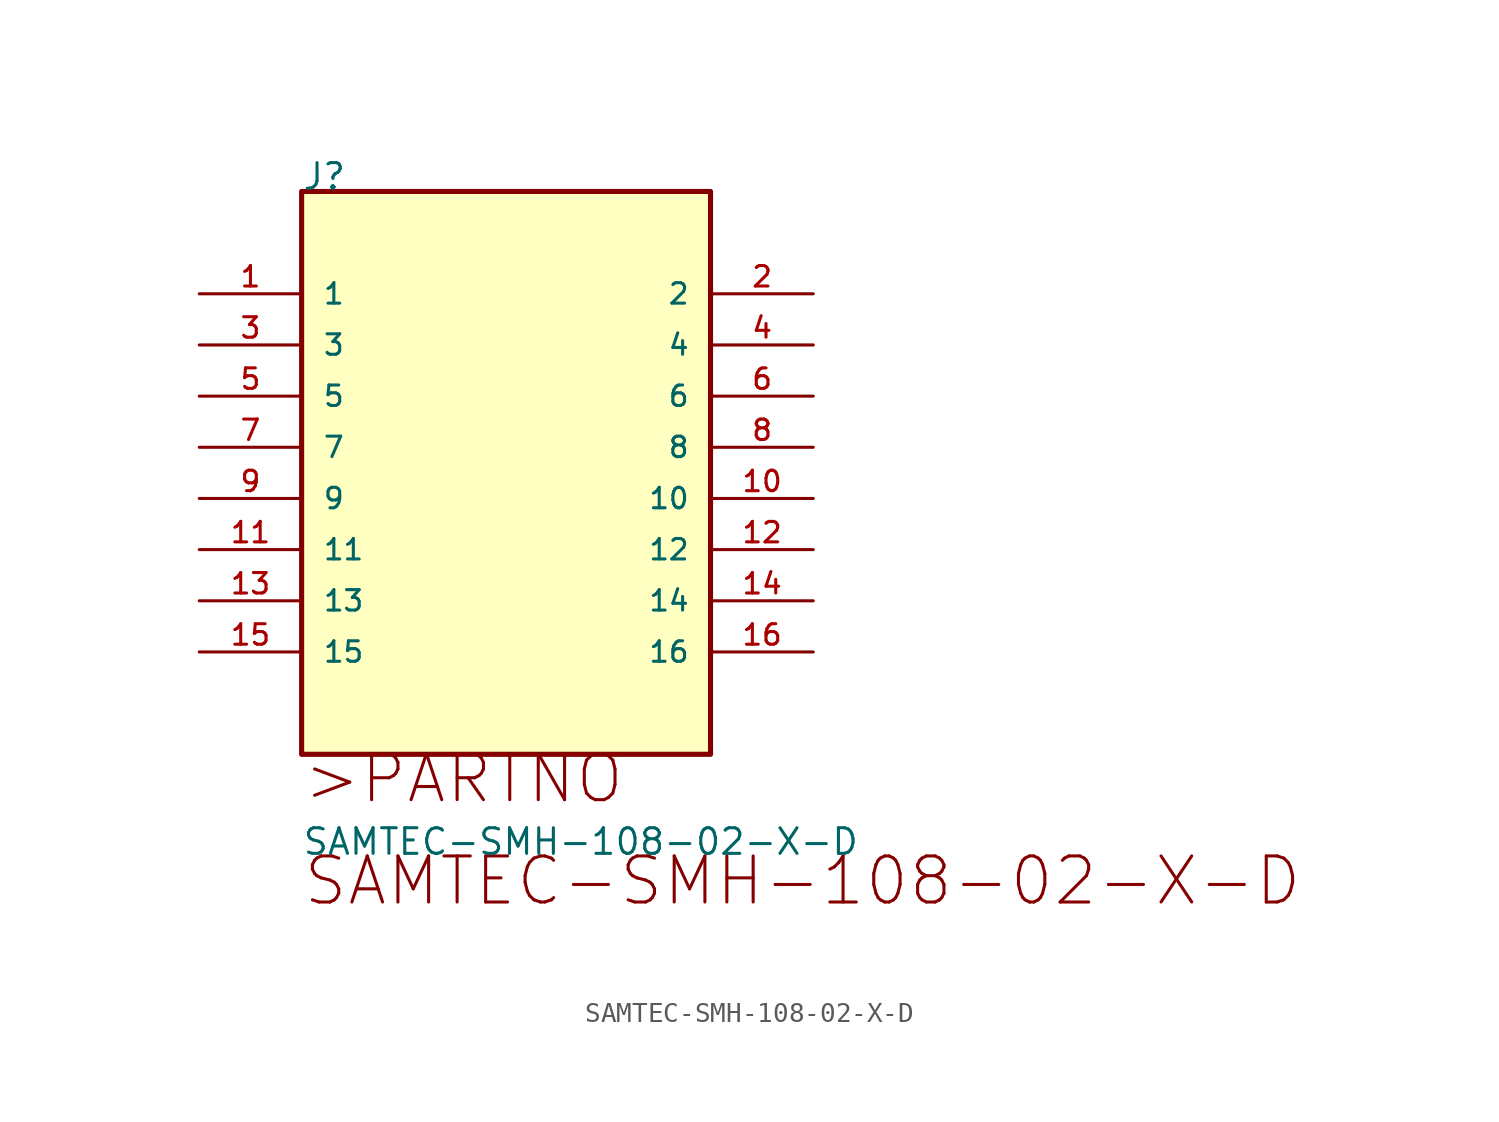
<source format=kicad_sym>
(kicad_symbol_lib
  (version 20211014)
  (generator kicad_symbol_editor)
  (symbol "SAMTEC-SMH-108-02-X-D"
    (pin_names
      (offset 1.016))
    (property "Reference" "J"
      (at 0.0 5.08 0)
      (effects (font (size 1.27 1.27)) (justify bottom left)))
    (property "Value" "SAMTEC-SMH-108-02-X-D"
      (at 0.0 -27.94 0)
      (effects (font (size 1.27 1.27)) (justify bottom left)))
    (symbol "SAMTEC-SMH-108-02-X-D_0_0"
      (text ">PARTNO" (at 0.0 -25.4 0) (effects (font (size 2.286 2.286)) (justify bottom left)))
      (text "SAMTEC-SMH-108-02-X-D" (at 0.0 -30.48 0) (effects (font (size 2.286 2.286)) (justify bottom left)))
      (rectangle (start 1.7763568394e-15 -22.86) (end 20.3 5.08) (stroke (width 0.254)) (fill (type background)))
      (pin passive line (at -5.08 -0.0 0) (length 5.08) (name "1" (effects (font (size 1.016 1.016)))) (number "1" (effects (font (size 1.016 1.016)))))
      (pin passive line (at 25.4 -0.0 180.0) (length 5.08) (name "2" (effects (font (size 1.016 1.016)))) (number "2" (effects (font (size 1.016 1.016)))))
      (pin passive line (at -5.08 -2.54 0) (length 5.08) (name "3" (effects (font (size 1.016 1.016)))) (number "3" (effects (font (size 1.016 1.016)))))
      (pin passive line (at 25.4 -2.54 180.0) (length 5.08) (name "4" (effects (font (size 1.016 1.016)))) (number "4" (effects (font (size 1.016 1.016)))))
      (pin passive line (at -5.08 -5.08 0) (length 5.08) (name "5" (effects (font (size 1.016 1.016)))) (number "5" (effects (font (size 1.016 1.016)))))
      (pin passive line (at 25.4 -5.08 180.0) (length 5.08) (name "6" (effects (font (size 1.016 1.016)))) (number "6" (effects (font (size 1.016 1.016)))))
      (pin passive line (at -5.08 -7.62 0) (length 5.08) (name "7" (effects (font (size 1.016 1.016)))) (number "7" (effects (font (size 1.016 1.016)))))
      (pin passive line (at 25.4 -7.62 180.0) (length 5.08) (name "8" (effects (font (size 1.016 1.016)))) (number "8" (effects (font (size 1.016 1.016)))))
      (pin passive line (at -5.08 -10.16 0) (length 5.08) (name "9" (effects (font (size 1.016 1.016)))) (number "9" (effects (font (size 1.016 1.016)))))
      (pin passive line (at 25.4 -10.16 180.0) (length 5.08) (name "10" (effects (font (size 1.016 1.016)))) (number "10" (effects (font (size 1.016 1.016)))))
      (pin passive line (at -5.08 -12.7 0) (length 5.08) (name "11" (effects (font (size 1.016 1.016)))) (number "11" (effects (font (size 1.016 1.016)))))
      (pin passive line (at 25.4 -12.7 180.0) (length 5.08) (name "12" (effects (font (size 1.016 1.016)))) (number "12" (effects (font (size 1.016 1.016)))))
      (pin passive line (at -5.08 -15.24 0) (length 5.08) (name "13" (effects (font (size 1.016 1.016)))) (number "13" (effects (font (size 1.016 1.016)))))
      (pin passive line (at 25.4 -15.24 180.0) (length 5.08) (name "14" (effects (font (size 1.016 1.016)))) (number "14" (effects (font (size 1.016 1.016)))))
      (pin passive line (at -5.08 -17.78 0) (length 5.08) (name "15" (effects (font (size 1.016 1.016)))) (number "15" (effects (font (size 1.016 1.016)))))
      (pin passive line (at 25.4 -17.78 180.0) (length 5.08) (name "16" (effects (font (size 1.016 1.016)))) (number "16" (effects (font (size 1.016 1.016))))))))
</source>
